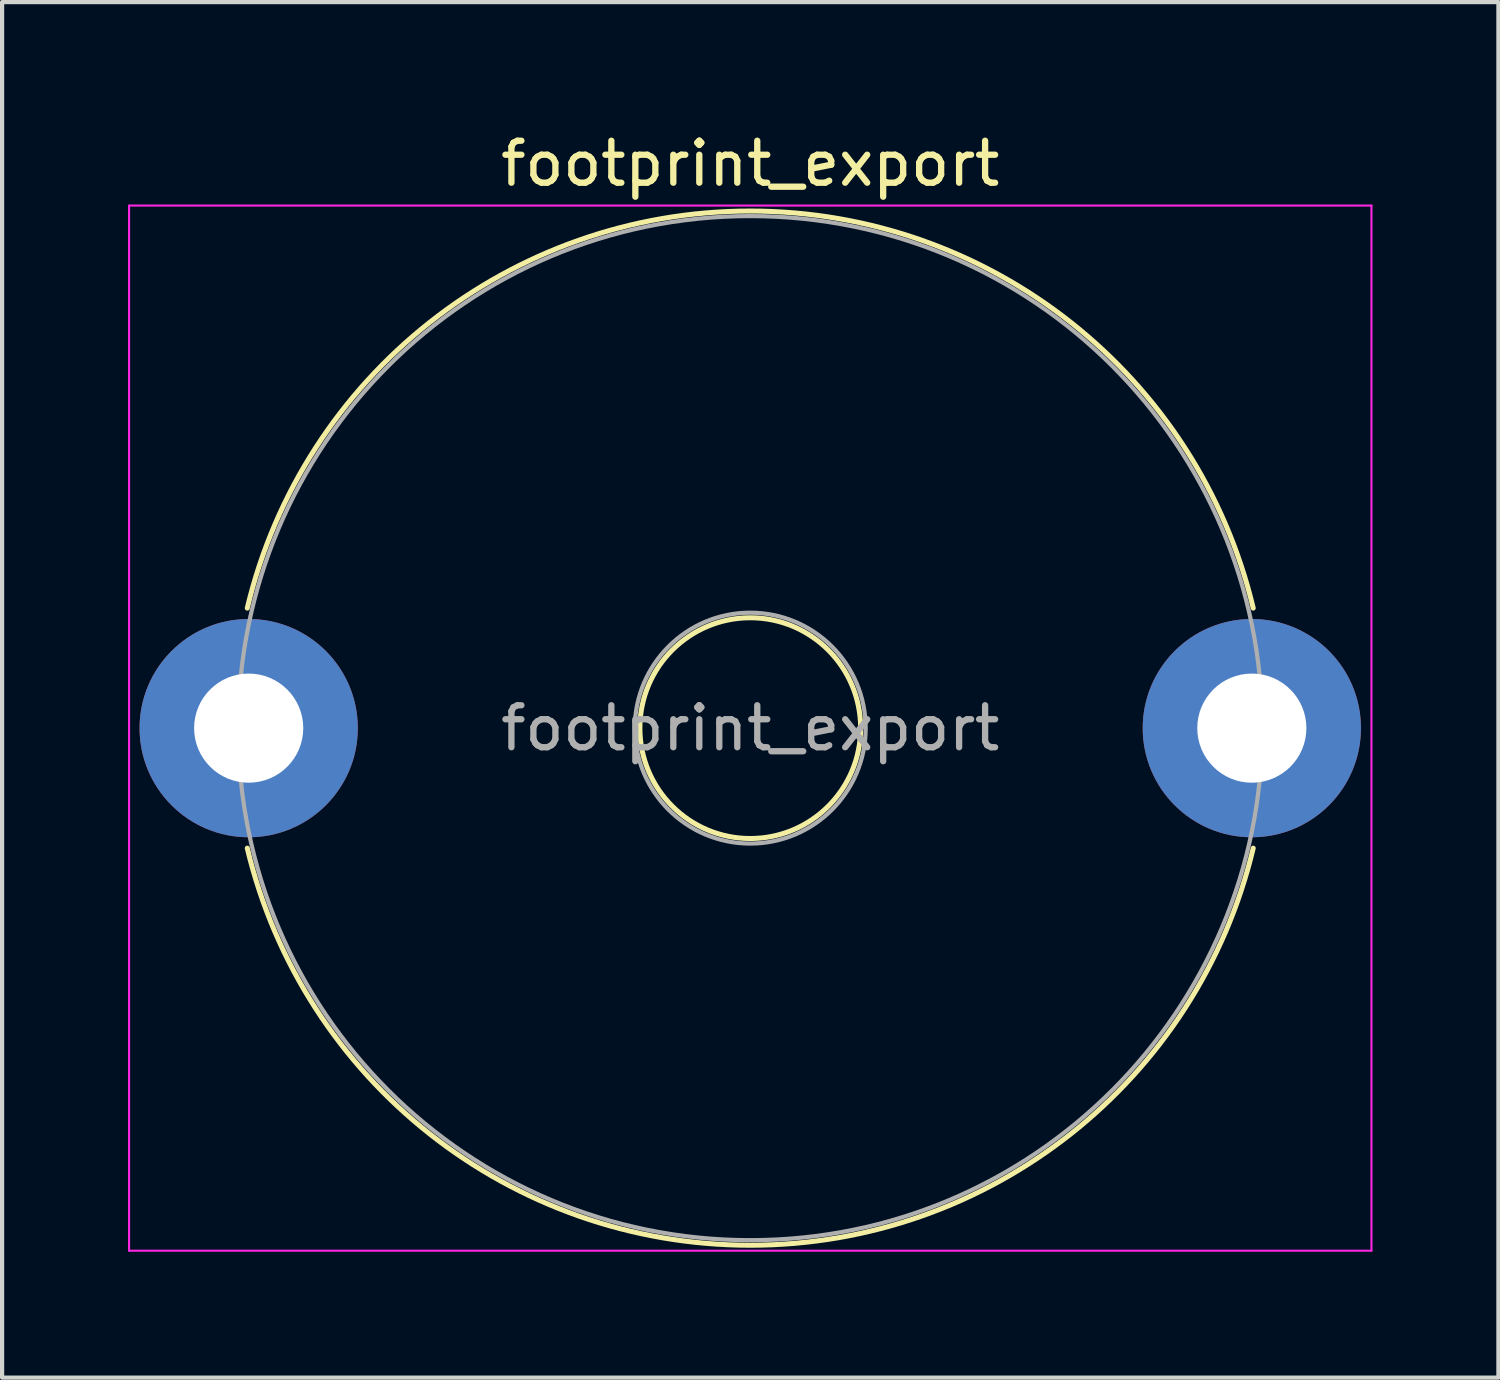
<source format=kicad_pcb>
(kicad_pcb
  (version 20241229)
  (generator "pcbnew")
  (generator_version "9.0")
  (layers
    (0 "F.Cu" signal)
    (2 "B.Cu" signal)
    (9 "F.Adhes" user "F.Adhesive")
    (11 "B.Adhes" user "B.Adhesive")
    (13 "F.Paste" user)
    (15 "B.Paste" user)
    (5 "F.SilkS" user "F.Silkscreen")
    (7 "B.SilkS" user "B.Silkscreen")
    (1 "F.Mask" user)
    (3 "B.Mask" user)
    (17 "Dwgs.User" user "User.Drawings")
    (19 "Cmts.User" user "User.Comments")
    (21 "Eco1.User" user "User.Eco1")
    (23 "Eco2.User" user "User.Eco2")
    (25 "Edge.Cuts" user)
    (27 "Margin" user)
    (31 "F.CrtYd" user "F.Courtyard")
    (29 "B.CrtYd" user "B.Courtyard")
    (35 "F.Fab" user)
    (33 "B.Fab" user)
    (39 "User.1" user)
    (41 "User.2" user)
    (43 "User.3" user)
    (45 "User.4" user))
  (footprint "footprint_export"
    (layer "F.Cu")
    (at 2.875 14.298)
    (property "Reference" "footprint_export" (at 11.95 -13.45 0) (layer "F.SilkS") (effects (font (size 1 1) (thickness 0.15))))
    (attr through_hole)
    (fp_arc (start -0.033439 -2.86) (mid 11.95 -12.32) (end 23.933439 -2.86) (stroke (width 0.12) (type solid)) (layer "F.SilkS"))
    (fp_arc (start 23.933439 2.86) (mid 11.95 12.32) (end -0.033439 2.86) (stroke (width 0.12) (type solid)) (layer "F.SilkS"))
    (fp_circle (center 11.95 0) (end 14.58 0) (stroke (width 0.12) (type solid)) (fill no) (layer "F.SilkS"))
    (fp_line (start -2.85 -12.45) (end -2.85 12.45) (stroke (width 0.05) (type solid)) (layer "F.CrtYd"))
    (fp_line (start -2.85 12.45) (end 26.75 12.45) (stroke (width 0.05) (type solid)) (layer "F.CrtYd"))
    (fp_line (start 26.75 -12.45) (end -2.85 -12.45) (stroke (width 0.05) (type solid)) (layer "F.CrtYd"))
    (fp_line (start 26.75 12.45) (end 26.75 -12.45) (stroke (width 0.05) (type solid)) (layer "F.CrtYd"))
    (fp_circle (center 11.95 0) (end 14.7 0) (stroke (width 0.1) (type solid)) (fill no) (layer "F.Fab"))
    (fp_circle (center 11.95 0) (end 24.15 0) (stroke (width 0.1) (type solid)) (fill no) (layer "F.Fab"))
    (fp_text user "${REFERENCE}" (at 11.95 0 0) (layer "F.Fab") (effects (font (size 1 1) (thickness 0.15))))
    (pad "1" thru_hole circle (at 0 0) (size 5.2 5.2) (drill 2.6) (layers "*.Cu" "*.Mask"))
    (pad "2" thru_hole circle (at 23.9 0) (size 5.2 5.2) (drill 2.6) (layers "*.Cu" "*.Mask")))
  (gr_rect
    (start -3 -3)
    (end 32.65 29.773)
    (stroke (width 0.1) (type default))
    (fill no)
    (layer "Edge.Cuts")))
</source>
